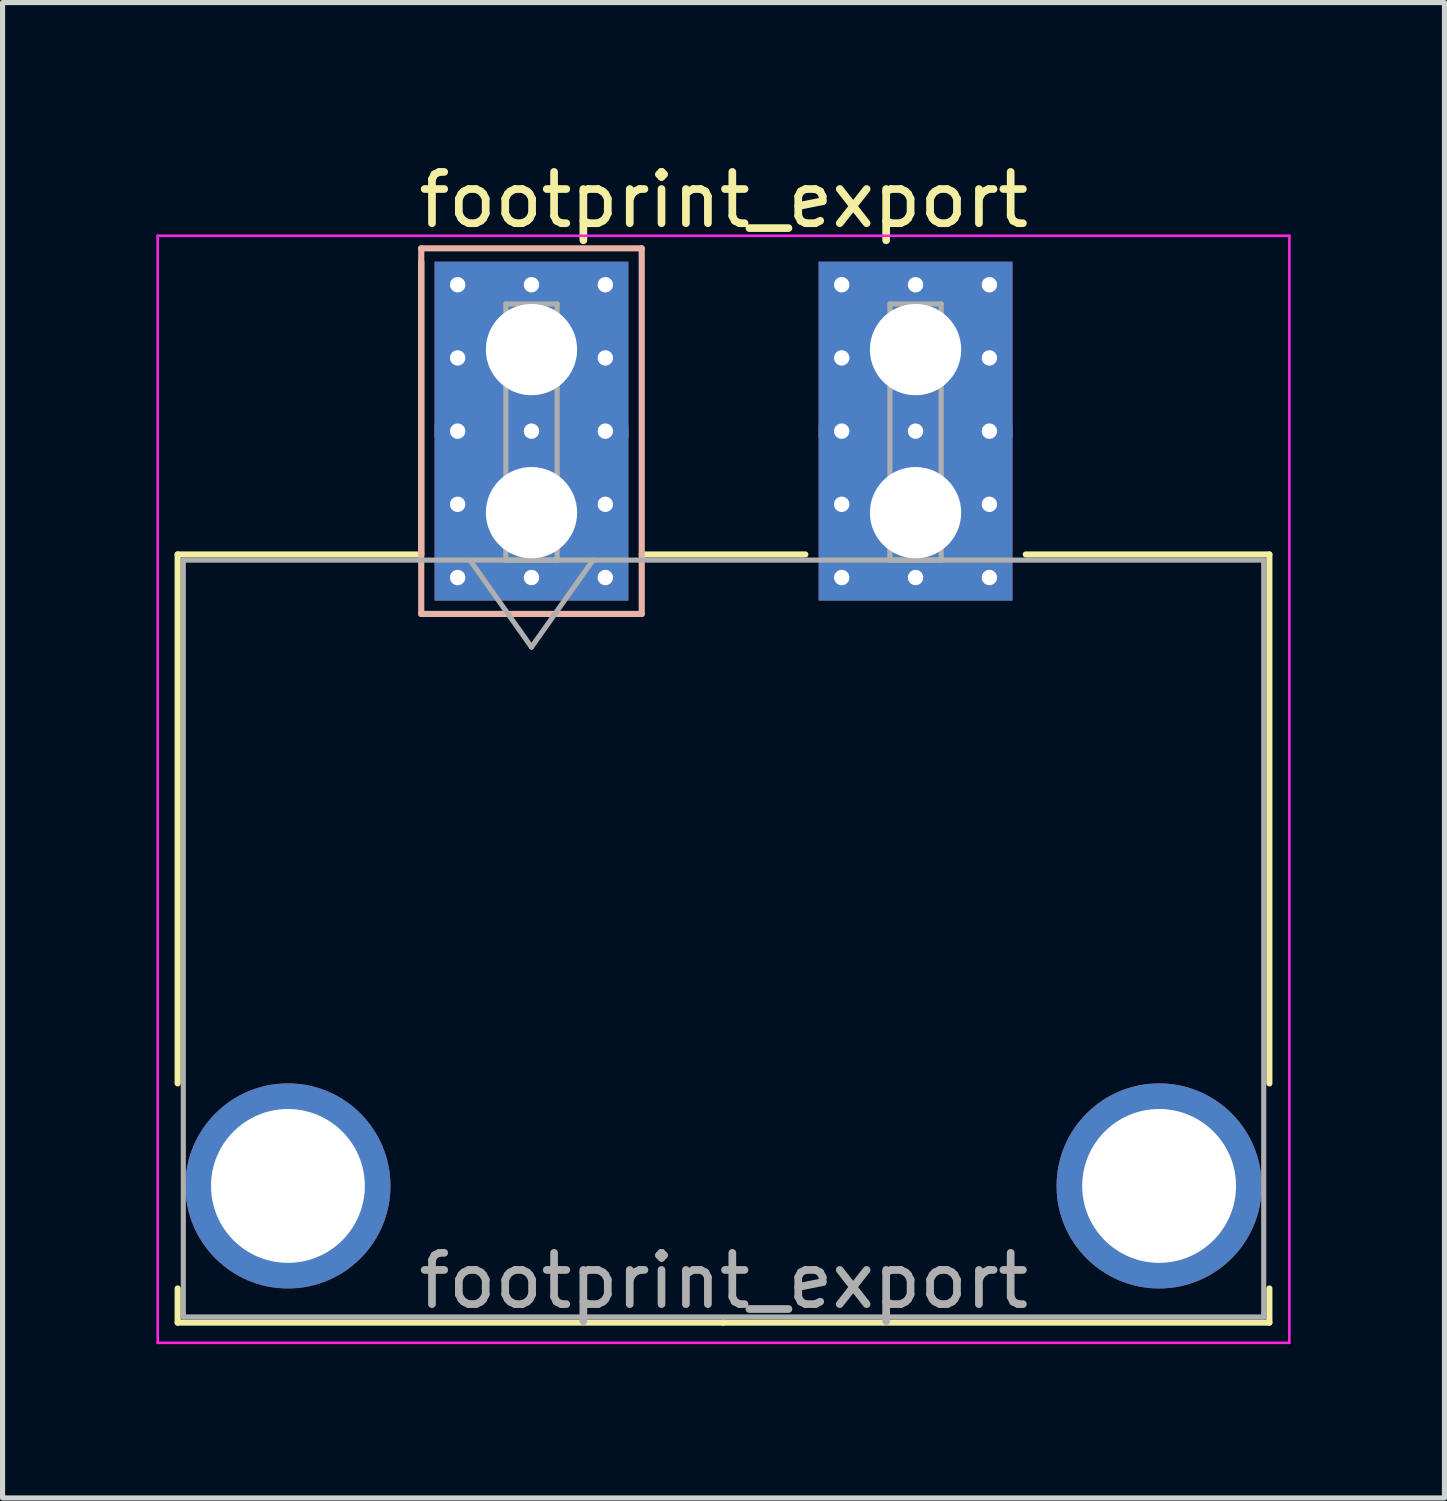
<source format=kicad_pcb>
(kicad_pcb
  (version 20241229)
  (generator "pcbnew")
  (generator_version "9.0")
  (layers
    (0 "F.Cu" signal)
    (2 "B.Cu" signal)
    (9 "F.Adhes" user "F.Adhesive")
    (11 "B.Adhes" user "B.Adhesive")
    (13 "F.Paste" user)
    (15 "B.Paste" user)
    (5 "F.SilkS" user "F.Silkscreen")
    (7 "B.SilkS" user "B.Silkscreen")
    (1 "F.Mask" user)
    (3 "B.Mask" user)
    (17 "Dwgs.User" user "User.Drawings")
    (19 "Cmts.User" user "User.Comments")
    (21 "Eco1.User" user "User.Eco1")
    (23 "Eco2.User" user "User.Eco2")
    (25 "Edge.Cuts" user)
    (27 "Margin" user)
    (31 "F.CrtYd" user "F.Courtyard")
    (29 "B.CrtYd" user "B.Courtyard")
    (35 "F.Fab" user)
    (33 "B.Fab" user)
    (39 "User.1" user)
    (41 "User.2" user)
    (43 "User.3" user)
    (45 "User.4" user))
  (footprint "footprint_export"
    (layer "F.Cu")
    (at 7.315 6.948)
    (property "Reference" "footprint_export" (at 3.75 -6.1 0) (layer "F.SilkS") (effects (font (size 1 1) (thickness 0.15))))
    (attr through_hole)
    (fp_line (start -6.9 0.815) (end -6.9 11.13) (stroke (width 0.12) (type solid)) (layer "F.SilkS"))
    (fp_line (start -6.9 15.13) (end -6.9 15.795) (stroke (width 0.12) (type solid)) (layer "F.SilkS"))
    (fp_line (start -6.9 15.795) (end 3.745 15.795) (stroke (width 0.12) (type solid)) (layer "F.SilkS"))
    (fp_line (start -2.15 0.815) (end -6.9 0.815) (stroke (width 0.12) (type solid)) (layer "F.SilkS"))
    (fp_line (start -2.15 0.815) (end -2.15 -4.895) (stroke (width 0.12) (type solid)) (layer "F.SilkS"))
    (fp_line (start 2.15 0.815) (end 5.34 0.815) (stroke (width 0.12) (type solid)) (layer "F.SilkS"))
    (fp_line (start 9.64 0.815) (end 14.39 0.815) (stroke (width 0.12) (type solid)) (layer "F.SilkS"))
    (fp_line (start 14.39 0.815) (end 14.39 11.13) (stroke (width 0.12) (type solid)) (layer "F.SilkS"))
    (fp_line (start 14.39 15.13) (end 14.39 15.795) (stroke (width 0.12) (type solid)) (layer "F.SilkS"))
    (fp_line (start 14.39 15.795) (end 3.745 15.795) (stroke (width 0.12) (type solid)) (layer "F.SilkS"))
    (fp_line (start -2.15 -5.155) (end -2.15 1.975) (stroke (width 0.12) (type solid)) (layer "B.SilkS"))
    (fp_line (start -2.15 1.975) (end 2.15 1.975) (stroke (width 0.12) (type solid)) (layer "B.SilkS"))
    (fp_line (start 2.15 -5.155) (end -2.15 -5.155) (stroke (width 0.12) (type solid)) (layer "B.SilkS"))
    (fp_line (start 2.15 1.975) (end 2.15 -5.155) (stroke (width 0.12) (type solid)) (layer "B.SilkS"))
    (fp_line (start -7.29 -5.4) (end -7.29 16.19) (stroke (width 0.05) (type solid)) (layer "F.CrtYd"))
    (fp_line (start -7.29 16.19) (end 14.78 16.19) (stroke (width 0.05) (type solid)) (layer "F.CrtYd"))
    (fp_line (start 14.78 -5.4) (end -7.29 -5.4) (stroke (width 0.05) (type solid)) (layer "F.CrtYd"))
    (fp_line (start 14.78 16.19) (end 14.78 -5.4) (stroke (width 0.05) (type solid)) (layer "F.CrtYd"))
    (fp_line (start -6.79 0.925) (end -6.79 15.685) (stroke (width 0.1) (type solid)) (layer "F.Fab"))
    (fp_line (start -6.79 15.685) (end 14.28 15.685) (stroke (width 0.1) (type solid)) (layer "F.Fab"))
    (fp_line (start -1.2 0.925) (end 0 2.622) (stroke (width 0.1) (type solid)) (layer "F.Fab"))
    (fp_line (start -0.5 -4.07) (end 0.5 -4.07) (stroke (width 0.1) (type solid)) (layer "F.Fab"))
    (fp_line (start -0.5 0.925) (end -0.5 -4.07) (stroke (width 0.1) (type solid)) (layer "F.Fab"))
    (fp_line (start 0 2.622) (end 1.2 0.925) (stroke (width 0.1) (type solid)) (layer "F.Fab"))
    (fp_line (start 0.5 -4.07) (end 0.5 0.925) (stroke (width 0.1) (type solid)) (layer "F.Fab"))
    (fp_line (start 0.5 0.925) (end -0.5 0.925) (stroke (width 0.1) (type solid)) (layer "F.Fab"))
    (fp_line (start 6.99 -4.07) (end 7.99 -4.07) (stroke (width 0.1) (type solid)) (layer "F.Fab"))
    (fp_line (start 6.99 0.925) (end 6.99 -4.07) (stroke (width 0.1) (type solid)) (layer "F.Fab"))
    (fp_line (start 7.99 -4.07) (end 7.99 0.925) (stroke (width 0.1) (type solid)) (layer "F.Fab"))
    (fp_line (start 7.99 0.925) (end 6.99 0.925) (stroke (width 0.1) (type solid)) (layer "F.Fab"))
    (fp_line (start 14.28 0.925) (end -6.79 0.925) (stroke (width 0.1) (type solid)) (layer "F.Fab"))
    (fp_line (start 14.28 15.685) (end 14.28 0.925) (stroke (width 0.1) (type solid)) (layer "F.Fab"))
    (fp_text user "${REFERENCE}" (at 3.75 14.98 0) (layer "F.Fab") (effects (font (size 1 1) (thickness 0.15))))
    (pad "" thru_hole circle (at -4.75 13.13) (size 4 4) (drill 3) (layers "*.Cu" "*.Mask"))
    (pad "" thru_hole circle (at 12.24 13.13) (size 4 4) (drill 3) (layers "*.Cu" "*.Mask"))
    (pad "1" thru_hole rect (at -1.44 -4.445) (size 0.6 0.6) (drill 0.3) (layers "*.Cu" "*.Mask"))
    (pad "1" thru_hole rect (at -1.44 -3.018) (size 0.6 0.6) (drill 0.3) (layers "*.Cu" "*.Mask"))
    (pad "1" thru_hole rect (at -1.44 -1.59) (size 0.6 0.6) (drill 0.3) (layers "*.Cu" "*.Mask"))
    (pad "1" thru_hole rect (at -1.44 -0.163) (size 0.6 0.6) (drill 0.3) (layers "*.Cu" "*.Mask"))
    (pad "1" thru_hole rect (at -1.44 1.265) (size 0.6 0.6) (drill 0.3) (layers "*.Cu" "*.Mask"))
    (pad "1" thru_hole rect (at 0 -4.445) (size 0.6 0.6) (drill 0.3) (layers "*.Cu" "*.Mask"))
    (pad "1" thru_hole rect (at 0 -3.18) (size 3.78 3.43) (drill 1.78) (layers "*.Cu" "*.Mask"))
    (pad "1" thru_hole rect (at 0 -1.59) (size 0.6 0.6) (drill 0.3) (layers "*.Cu" "*.Mask"))
    (pad "1" thru_hole rect (at 0 0) (size 3.78 3.43) (drill 1.78) (layers "*.Cu" "*.Mask"))
    (pad "1" thru_hole rect (at 0 1.265) (size 0.6 0.6) (drill 0.3) (layers "*.Cu" "*.Mask"))
    (pad "1" thru_hole rect (at 1.44 -4.445) (size 0.6 0.6) (drill 0.3) (layers "*.Cu" "*.Mask"))
    (pad "1" thru_hole rect (at 1.44 -3.018) (size 0.6 0.6) (drill 0.3) (layers "*.Cu" "*.Mask"))
    (pad "1" thru_hole rect (at 1.44 -1.59) (size 0.6 0.6) (drill 0.3) (layers "*.Cu" "*.Mask"))
    (pad "1" thru_hole rect (at 1.44 -0.163) (size 0.6 0.6) (drill 0.3) (layers "*.Cu" "*.Mask"))
    (pad "1" thru_hole rect (at 1.44 1.265) (size 0.6 0.6) (drill 0.3) (layers "*.Cu" "*.Mask"))
    (pad "2" thru_hole circle (at 6.05 -4.445) (size 0.6 0.6) (drill 0.3) (layers "*.Cu" "*.Mask"))
    (pad "2" thru_hole circle (at 6.05 -3.018) (size 0.6 0.6) (drill 0.3) (layers "*.Cu" "*.Mask"))
    (pad "2" thru_hole circle (at 6.05 -1.59) (size 0.6 0.6) (drill 0.3) (layers "*.Cu" "*.Mask"))
    (pad "2" thru_hole circle (at 6.05 -0.163) (size 0.6 0.6) (drill 0.3) (layers "*.Cu" "*.Mask"))
    (pad "2" thru_hole circle (at 6.05 1.265) (size 0.6 0.6) (drill 0.3) (layers "*.Cu" "*.Mask"))
    (pad "2" thru_hole circle (at 7.49 -4.445) (size 0.6 0.6) (drill 0.3) (layers "*.Cu" "*.Mask"))
    (pad "2" thru_hole rect (at 7.49 -3.18) (size 3.78 3.43) (drill 1.78) (layers "*.Cu" "*.Mask"))
    (pad "2" thru_hole circle (at 7.49 -1.59) (size 0.6 0.6) (drill 0.3) (layers "*.Cu" "*.Mask"))
    (pad "2" thru_hole rect (at 7.49 0) (size 3.78 3.43) (drill 1.78) (layers "*.Cu" "*.Mask"))
    (pad "2" thru_hole circle (at 7.49 1.265) (size 0.6 0.6) (drill 0.3) (layers "*.Cu" "*.Mask"))
    (pad "2" thru_hole circle (at 8.93 -4.445) (size 0.6 0.6) (drill 0.3) (layers "*.Cu" "*.Mask"))
    (pad "2" thru_hole circle (at 8.93 -3.018) (size 0.6 0.6) (drill 0.3) (layers "*.Cu" "*.Mask"))
    (pad "2" thru_hole circle (at 8.93 -1.59) (size 0.6 0.6) (drill 0.3) (layers "*.Cu" "*.Mask"))
    (pad "2" thru_hole circle (at 8.93 -0.163) (size 0.6 0.6) (drill 0.3) (layers "*.Cu" "*.Mask"))
    (pad "2" thru_hole circle (at 8.93 1.265) (size 0.6 0.6) (drill 0.3) (layers "*.Cu" "*.Mask")))
  (gr_rect
    (start -3 -3)
    (end 25.12 26.163)
    (stroke (width 0.1) (type default))
    (fill no)
    (layer "Edge.Cuts")))
</source>
